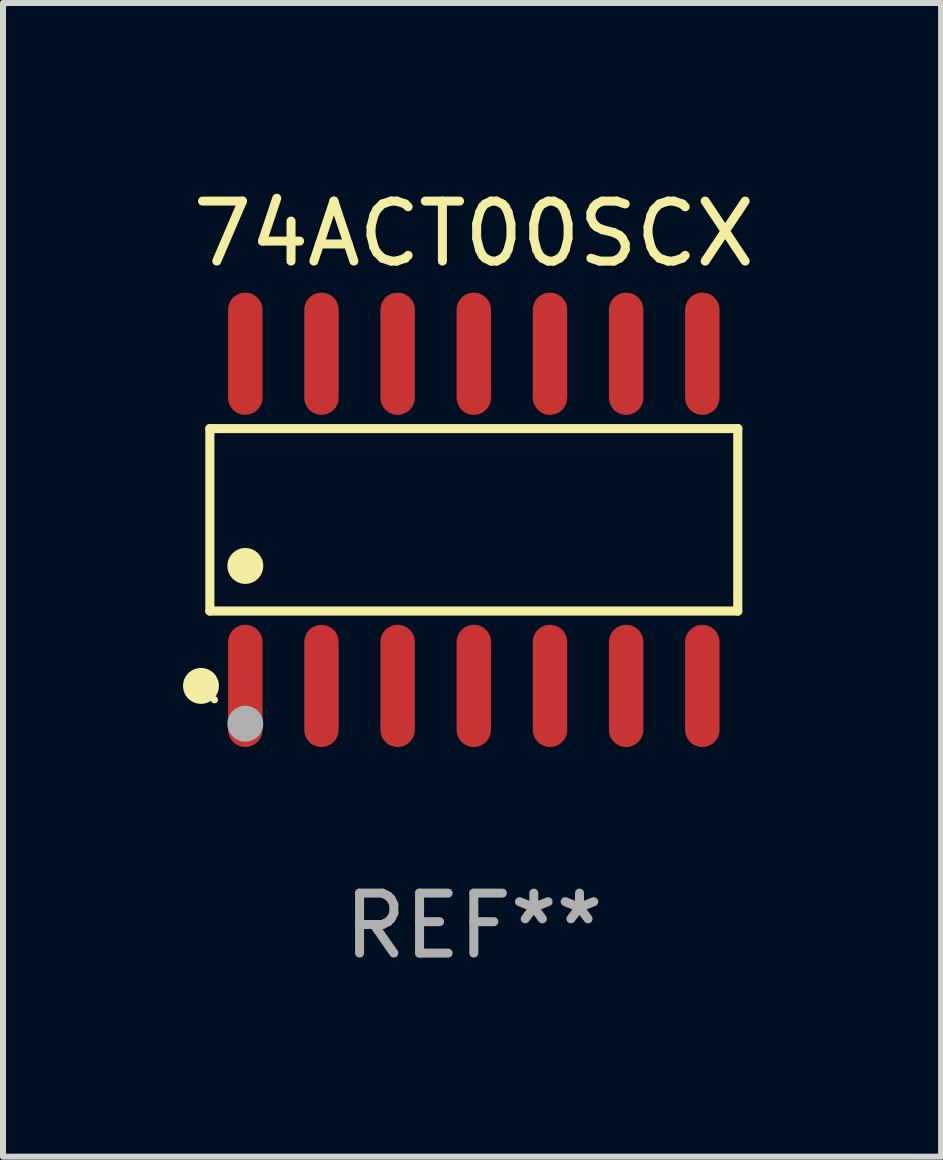
<source format=kicad_pcb>
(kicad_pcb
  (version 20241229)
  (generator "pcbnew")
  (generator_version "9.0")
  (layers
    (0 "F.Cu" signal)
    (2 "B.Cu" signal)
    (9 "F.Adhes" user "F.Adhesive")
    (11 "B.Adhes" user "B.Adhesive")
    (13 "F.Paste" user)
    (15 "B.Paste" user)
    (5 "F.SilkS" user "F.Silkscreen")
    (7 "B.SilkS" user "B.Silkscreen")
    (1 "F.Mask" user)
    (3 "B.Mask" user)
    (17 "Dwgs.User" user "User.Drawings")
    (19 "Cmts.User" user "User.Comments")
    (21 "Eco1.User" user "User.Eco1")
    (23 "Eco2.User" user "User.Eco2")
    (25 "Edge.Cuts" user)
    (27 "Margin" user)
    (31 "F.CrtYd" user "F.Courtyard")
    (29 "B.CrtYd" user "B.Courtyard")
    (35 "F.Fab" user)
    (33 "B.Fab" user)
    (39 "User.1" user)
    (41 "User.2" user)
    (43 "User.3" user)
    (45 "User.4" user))
  (footprint "74ACT00SCX"
    (layer "F.Cu")
    (at 4.85 5.617)
    (property "Reference" "74ACT00SCX" (at 0 -4.769 0) (layer "F.SilkS") (effects (font (size 1 1) (thickness 0.15))))
    (attr through_hole)
    (fp_line (start -4.401 -1.521) (end 4.401 -1.521) (stroke (width 0.152) (type solid)) (layer "F.SilkS"))
    (fp_line (start -4.401 1.521) (end -4.401 -1.521) (stroke (width 0.152) (type solid)) (layer "F.SilkS"))
    (fp_line (start 4.401 -1.521) (end 4.401 1.521) (stroke (width 0.152) (type solid)) (layer "F.SilkS"))
    (fp_line (start 4.401 1.521) (end -4.401 1.521) (stroke (width 0.152) (type solid)) (layer "F.SilkS"))
    (fp_circle (center -4.549 2.769) (end -4.399 2.769) (stroke (width 0.3) (type solid)) (fill no) (layer "F.SilkS"))
    (fp_circle (center -4.325 3) (end -4.295 3) (stroke (width 0.06) (type solid)) (fill no) (layer "F.SilkS"))
    (fp_circle (center -3.81 0.769) (end -3.66 0.769) (stroke (width 0.3) (type solid)) (fill no) (layer "F.SilkS"))
    (fp_circle (center -3.81 3.4) (end -3.66 3.4) (stroke (width 0.3) (type solid)) (fill no) (layer "F.Fab"))
    (fp_text user "REF**" (at 0 6.769 0) (layer "F.Fab") (effects (font (size 1 1) (thickness 0.15))))
    (pad "1" smd oval (at -3.81 2.769) (size 0.574 2.038) (layers "F.Cu" "F.Mask" "F.Paste"))
    (pad "2" smd oval (at -2.54 2.769) (size 0.574 2.038) (layers "F.Cu" "F.Mask" "F.Paste"))
    (pad "3" smd oval (at -1.27 2.769) (size 0.574 2.038) (layers "F.Cu" "F.Mask" "F.Paste"))
    (pad "4" smd oval (at 0 2.769) (size 0.574 2.038) (layers "F.Cu" "F.Mask" "F.Paste"))
    (pad "5" smd oval (at 1.27 2.769) (size 0.574 2.038) (layers "F.Cu" "F.Mask" "F.Paste"))
    (pad "6" smd oval (at 2.54 2.769) (size 0.574 2.038) (layers "F.Cu" "F.Mask" "F.Paste"))
    (pad "7" smd oval (at 3.81 2.769) (size 0.574 2.038) (layers "F.Cu" "F.Mask" "F.Paste"))
    (pad "8" smd oval (at 3.81 -2.769) (size 0.574 2.038) (layers "F.Cu" "F.Mask" "F.Paste"))
    (pad "9" smd oval (at 2.54 -2.769) (size 0.574 2.038) (layers "F.Cu" "F.Mask" "F.Paste"))
    (pad "10" smd oval (at 1.27 -2.769) (size 0.574 2.038) (layers "F.Cu" "F.Mask" "F.Paste"))
    (pad "11" smd oval (at 0 -2.769) (size 0.574 2.038) (layers "F.Cu" "F.Mask" "F.Paste"))
    (pad "12" smd oval (at -1.27 -2.769) (size 0.574 2.038) (layers "F.Cu" "F.Mask" "F.Paste"))
    (pad "13" smd oval (at -2.54 -2.769) (size 0.574 2.038) (layers "F.Cu" "F.Mask" "F.Paste"))
    (pad "14" smd oval (at -3.81 -2.769) (size 0.574 2.038) (layers "F.Cu" "F.Mask" "F.Paste")))
  (gr_rect
    (start -3 -3)
    (end 12.641 16.235)
    (stroke (width 0.1) (type default))
    (fill no)
    (layer "Edge.Cuts")))
</source>
